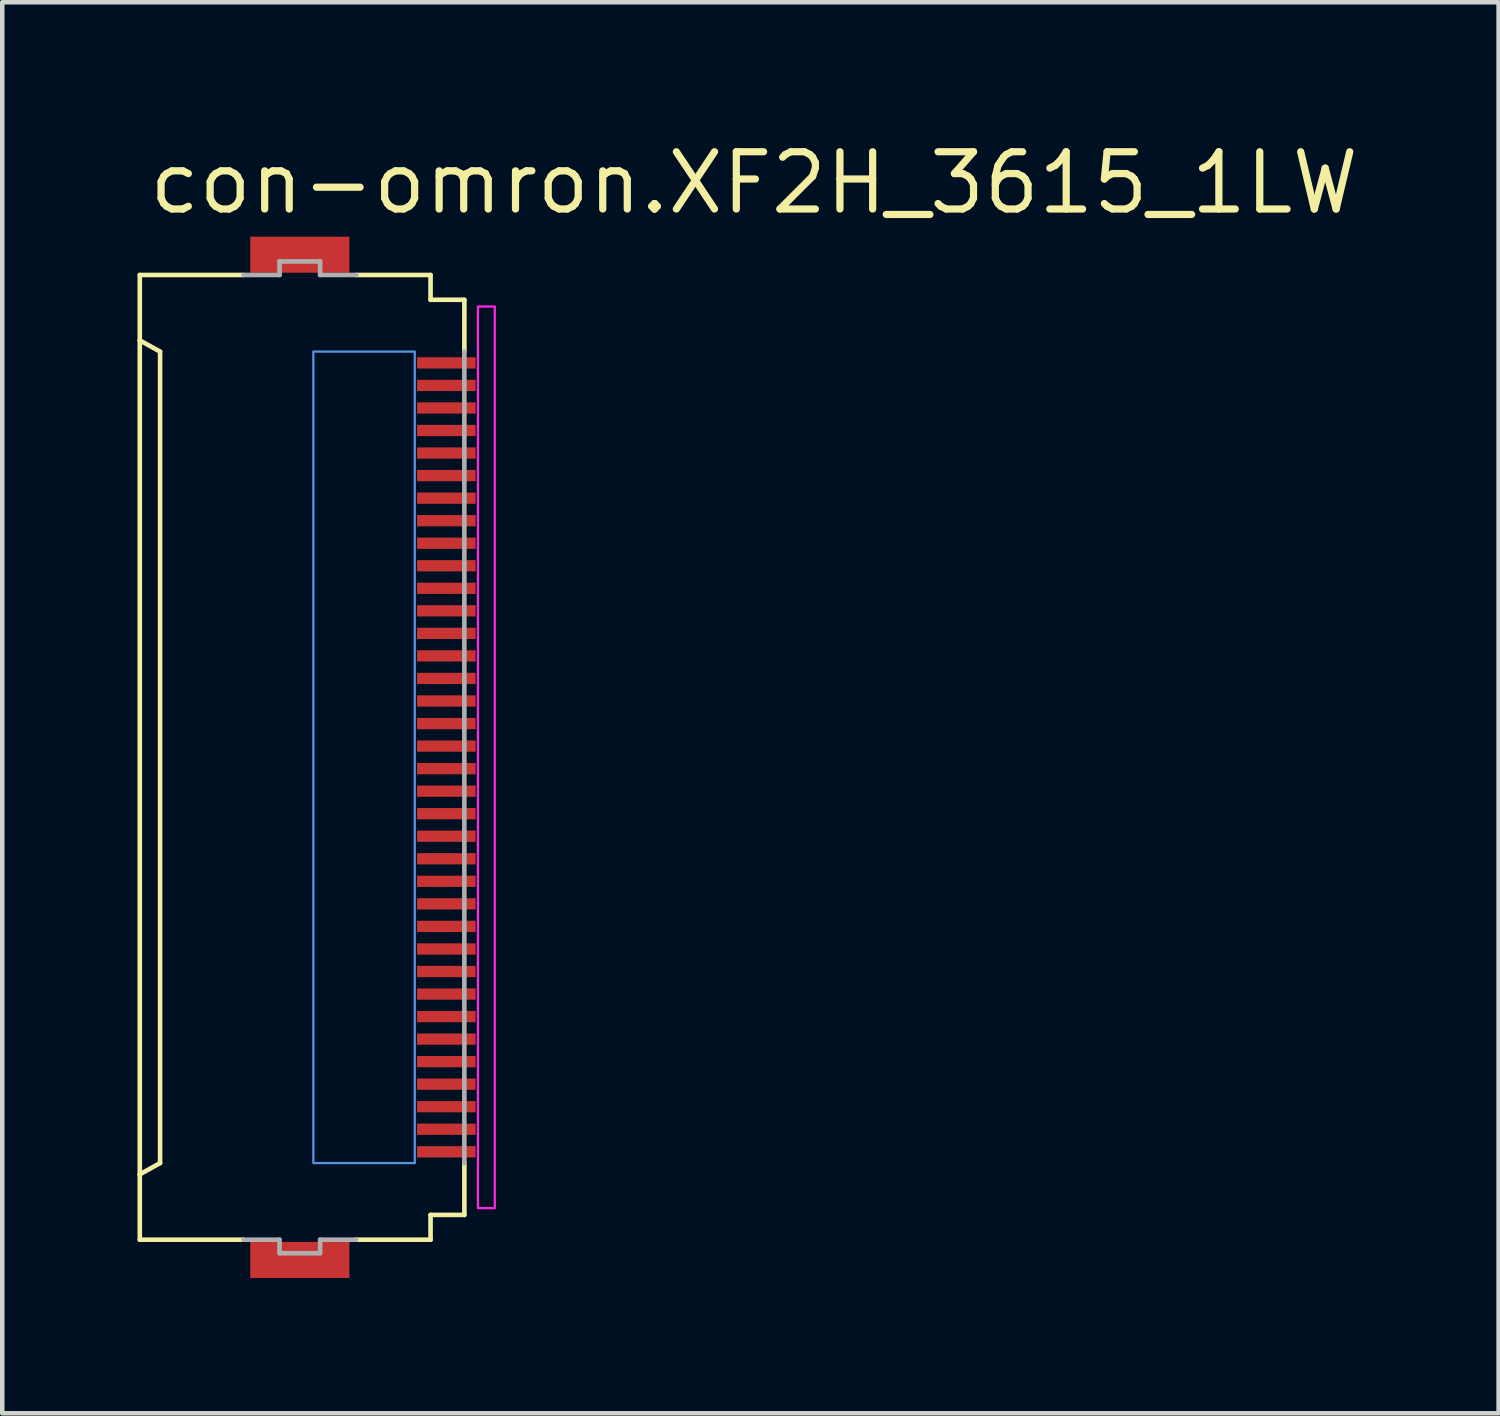
<source format=kicad_pcb>
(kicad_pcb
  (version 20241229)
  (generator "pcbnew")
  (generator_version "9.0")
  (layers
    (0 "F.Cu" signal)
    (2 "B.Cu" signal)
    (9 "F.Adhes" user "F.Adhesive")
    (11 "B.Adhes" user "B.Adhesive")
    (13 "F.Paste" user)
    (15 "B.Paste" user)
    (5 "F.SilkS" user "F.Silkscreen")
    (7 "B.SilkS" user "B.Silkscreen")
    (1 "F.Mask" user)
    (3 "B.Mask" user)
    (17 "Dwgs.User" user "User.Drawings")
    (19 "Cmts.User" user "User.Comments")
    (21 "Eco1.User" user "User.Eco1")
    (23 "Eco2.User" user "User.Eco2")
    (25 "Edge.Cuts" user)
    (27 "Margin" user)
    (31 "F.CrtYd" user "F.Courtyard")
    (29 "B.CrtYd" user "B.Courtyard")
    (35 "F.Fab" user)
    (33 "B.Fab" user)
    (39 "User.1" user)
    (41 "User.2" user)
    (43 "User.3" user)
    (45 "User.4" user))
  (footprint "con-omron.XF2H_3615_1LW"
    (layer "F.Cu")
    (at 3.676 13.75)
    (property "Reference" "con-omron.XF2H_3615_1LW" (at -3.5 -12 0) (layer "F.SilkS") (effects (font (size 1.27 1.27) (thickness 0.16)) (justify left bottom)))
    (attr smd)
    (fp_rect (start 2.475 -8.575) (end 3.875 -8.925) (stroke (width 0.05) (type default)) (fill yes) (layer "F.Mask"))
    (fp_rect (start 2.475 -8.075) (end 3.875 -8.425) (stroke (width 0.05) (type default)) (fill yes) (layer "F.Mask"))
    (fp_rect (start 2.475 -7.575) (end 3.875 -7.925) (stroke (width 0.05) (type default)) (fill yes) (layer "F.Mask"))
    (fp_rect (start 2.475 -7.075) (end 3.875 -7.425) (stroke (width 0.05) (type default)) (fill yes) (layer "F.Mask"))
    (fp_rect (start 2.475 -6.575) (end 3.875 -6.925) (stroke (width 0.05) (type default)) (fill yes) (layer "F.Mask"))
    (fp_rect (start 2.475 -6.075) (end 3.875 -6.425) (stroke (width 0.05) (type default)) (fill yes) (layer "F.Mask"))
    (fp_rect (start 2.475 -5.575) (end 3.875 -5.925) (stroke (width 0.05) (type default)) (fill yes) (layer "F.Mask"))
    (fp_rect (start 2.475 -5.075) (end 3.875 -5.425) (stroke (width 0.05) (type default)) (fill yes) (layer "F.Mask"))
    (fp_rect (start 2.475 -4.575) (end 3.875 -4.925) (stroke (width 0.05) (type default)) (fill yes) (layer "F.Mask"))
    (fp_rect (start 2.475 -4.075) (end 3.875 -4.425) (stroke (width 0.05) (type default)) (fill yes) (layer "F.Mask"))
    (fp_rect (start 2.475 -3.575) (end 3.875 -3.925) (stroke (width 0.05) (type default)) (fill yes) (layer "F.Mask"))
    (fp_rect (start 2.475 -3.075) (end 3.875 -3.425) (stroke (width 0.05) (type default)) (fill yes) (layer "F.Mask"))
    (fp_rect (start 2.475 -2.575) (end 3.875 -2.925) (stroke (width 0.05) (type default)) (fill yes) (layer "F.Mask"))
    (fp_rect (start 2.475 -2.075) (end 3.875 -2.425) (stroke (width 0.05) (type default)) (fill yes) (layer "F.Mask"))
    (fp_rect (start 2.475 -1.575) (end 3.875 -1.925) (stroke (width 0.05) (type default)) (fill yes) (layer "F.Mask"))
    (fp_rect (start 2.475 -1.075) (end 3.875 -1.425) (stroke (width 0.05) (type default)) (fill yes) (layer "F.Mask"))
    (fp_rect (start 2.475 -0.575) (end 3.875 -0.925) (stroke (width 0.05) (type default)) (fill yes) (layer "F.Mask"))
    (fp_rect (start 2.475 -0.075) (end 3.875 -0.425) (stroke (width 0.05) (type default)) (fill yes) (layer "F.Mask"))
    (fp_rect (start 2.475 0.425) (end 3.875 0.075) (stroke (width 0.05) (type default)) (fill yes) (layer "F.Mask"))
    (fp_rect (start 2.475 0.925) (end 3.875 0.575) (stroke (width 0.05) (type default)) (fill yes) (layer "F.Mask"))
    (fp_rect (start 2.475 1.425) (end 3.875 1.075) (stroke (width 0.05) (type default)) (fill yes) (layer "F.Mask"))
    (fp_rect (start 2.475 1.925) (end 3.875 1.575) (stroke (width 0.05) (type default)) (fill yes) (layer "F.Mask"))
    (fp_rect (start 2.475 2.425) (end 3.875 2.075) (stroke (width 0.05) (type default)) (fill yes) (layer "F.Mask"))
    (fp_rect (start 2.475 2.925) (end 3.875 2.575) (stroke (width 0.05) (type default)) (fill yes) (layer "F.Mask"))
    (fp_rect (start 2.475 3.425) (end 3.875 3.075) (stroke (width 0.05) (type default)) (fill yes) (layer "F.Mask"))
    (fp_rect (start 2.475 3.925) (end 3.875 3.575) (stroke (width 0.05) (type default)) (fill yes) (layer "F.Mask"))
    (fp_rect (start 2.475 4.425) (end 3.875 4.075) (stroke (width 0.05) (type default)) (fill yes) (layer "F.Mask"))
    (fp_rect (start 2.475 4.925) (end 3.875 4.575) (stroke (width 0.05) (type default)) (fill yes) (layer "F.Mask"))
    (fp_rect (start 2.475 5.425) (end 3.875 5.075) (stroke (width 0.05) (type default)) (fill yes) (layer "F.Mask"))
    (fp_rect (start 2.475 5.925) (end 3.875 5.575) (stroke (width 0.05) (type default)) (fill yes) (layer "F.Mask"))
    (fp_rect (start 2.475 6.425) (end 3.875 6.075) (stroke (width 0.05) (type default)) (fill yes) (layer "F.Mask"))
    (fp_rect (start 2.475 6.925) (end 3.875 6.575) (stroke (width 0.05) (type default)) (fill yes) (layer "F.Mask"))
    (fp_rect (start 2.475 7.425) (end 3.875 7.075) (stroke (width 0.05) (type default)) (fill yes) (layer "F.Mask"))
    (fp_rect (start 2.475 7.925) (end 3.875 7.575) (stroke (width 0.05) (type default)) (fill yes) (layer "F.Mask"))
    (fp_rect (start 2.475 8.425) (end 3.875 8.075) (stroke (width 0.05) (type default)) (fill yes) (layer "F.Mask"))
    (fp_rect (start 2.475 8.925) (end 3.875 8.575) (stroke (width 0.05) (type default)) (fill yes) (layer "F.Mask"))
    (fp_line (start -3.625 -10.7) (end -1.325 -10.7) (stroke (width 0.102) (type default)) (layer "F.SilkS"))
    (fp_line (start -3.625 -9.25) (end -3.625 -10.7) (stroke (width 0.102) (type default)) (layer "F.SilkS"))
    (fp_line (start -3.625 -9.25) (end -3.625 9.25) (stroke (width 0.102) (type default)) (layer "F.SilkS"))
    (fp_line (start -3.625 9.25) (end -3.175 9) (stroke (width 0.102) (type default)) (layer "F.SilkS"))
    (fp_line (start -3.625 10.7) (end -3.625 9.25) (stroke (width 0.102) (type default)) (layer "F.SilkS"))
    (fp_line (start -3.175 -9) (end -3.625 -9.25) (stroke (width 0.102) (type default)) (layer "F.SilkS"))
    (fp_line (start -3.175 9) (end -3.175 -9) (stroke (width 0.102) (type default)) (layer "F.SilkS"))
    (fp_line (start -1.325 10.7) (end -3.625 10.7) (stroke (width 0.102) (type default)) (layer "F.SilkS"))
    (fp_line (start 1.175 -10.7) (end 2.825 -10.7) (stroke (width 0.102) (type default)) (layer "F.SilkS"))
    (fp_line (start 1.175 10.7) (end 2.825 10.7) (stroke (width 0.102) (type default)) (layer "F.SilkS"))
    (fp_line (start 2.825 -10.7) (end 2.825 -10.15) (stroke (width 0.102) (type default)) (layer "F.SilkS"))
    (fp_line (start 2.825 -10.15) (end 3.575 -10.15) (stroke (width 0.102) (type default)) (layer "F.SilkS"))
    (fp_line (start 2.825 10.15) (end 2.825 10.7) (stroke (width 0.102) (type default)) (layer "F.SilkS"))
    (fp_line (start 2.825 10.15) (end 3.575 10.15) (stroke (width 0.102) (type default)) (layer "F.SilkS"))
    (fp_line (start 3.575 -10.15) (end 3.575 -9) (stroke (width 0.102) (type default)) (layer "F.SilkS"))
    (fp_line (start 3.575 9) (end 3.575 10.15) (stroke (width 0.102) (type default)) (layer "F.SilkS"))
    (fp_rect (start 0.225 9) (end 2.475 -9) (stroke (width 0.05) (type default)) (fill no) (layer "Cmts.User"))
    (fp_rect (start 3.875 10) (end 4.25 -10) (stroke (width 0.05) (type default)) (fill no) (layer "F.CrtYd"))
    (fp_line (start -1.325 -10.7) (end -0.525 -10.7) (stroke (width 0.102) (type default)) (layer "F.Fab"))
    (fp_line (start -0.525 -11) (end 0.375 -11) (stroke (width 0.102) (type default)) (layer "F.Fab"))
    (fp_line (start -0.525 -10.7) (end -0.525 -11) (stroke (width 0.102) (type default)) (layer "F.Fab"))
    (fp_line (start -0.525 10.7) (end -1.325 10.7) (stroke (width 0.102) (type default)) (layer "F.Fab"))
    (fp_line (start -0.525 11) (end -0.525 10.7) (stroke (width 0.102) (type default)) (layer "F.Fab"))
    (fp_line (start 0.375 -11) (end 0.375 -10.7) (stroke (width 0.102) (type default)) (layer "F.Fab"))
    (fp_line (start 0.375 -10.7) (end 1.175 -10.7) (stroke (width 0.102) (type default)) (layer "F.Fab"))
    (fp_line (start 0.375 10.7) (end 0.375 11) (stroke (width 0.102) (type default)) (layer "F.Fab"))
    (fp_line (start 0.375 11) (end -0.525 11) (stroke (width 0.102) (type default)) (layer "F.Fab"))
    (fp_line (start 1.175 10.7) (end 0.375 10.7) (stroke (width 0.102) (type default)) (layer "F.Fab"))
    (fp_line (start 3.575 -9) (end 3.575 9) (stroke (width 0.102) (type default)) (layer "F.Fab"))
    (pad "1" smd roundrect (at 3.175 -8.75) (size 1.3 0.25) (layers "F.Cu" "F.Mask" "F.Paste") (roundrect_rratio 0.01))
    (pad "2" smd roundrect (at 3.175 -8.25) (size 1.3 0.25) (layers "F.Cu" "F.Mask" "F.Paste") (roundrect_rratio 0.01))
    (pad "3" smd roundrect (at 3.175 -7.75) (size 1.3 0.25) (layers "F.Cu" "F.Mask" "F.Paste") (roundrect_rratio 0.01))
    (pad "4" smd roundrect (at 3.175 -7.25) (size 1.3 0.25) (layers "F.Cu" "F.Mask" "F.Paste") (roundrect_rratio 0.01))
    (pad "5" smd roundrect (at 3.175 -6.75) (size 1.3 0.25) (layers "F.Cu" "F.Mask" "F.Paste") (roundrect_rratio 0.01))
    (pad "6" smd roundrect (at 3.175 -6.25) (size 1.3 0.25) (layers "F.Cu" "F.Mask" "F.Paste") (roundrect_rratio 0.01))
    (pad "7" smd roundrect (at 3.175 -5.75) (size 1.3 0.25) (layers "F.Cu" "F.Mask" "F.Paste") (roundrect_rratio 0.01))
    (pad "8" smd roundrect (at 3.175 -5.25) (size 1.3 0.25) (layers "F.Cu" "F.Mask" "F.Paste") (roundrect_rratio 0.01))
    (pad "9" smd roundrect (at 3.175 -4.75) (size 1.3 0.25) (layers "F.Cu" "F.Mask" "F.Paste") (roundrect_rratio 0.01))
    (pad "10" smd roundrect (at 3.175 -4.25) (size 1.3 0.25) (layers "F.Cu" "F.Mask" "F.Paste") (roundrect_rratio 0.01))
    (pad "11" smd roundrect (at 3.175 -3.75) (size 1.3 0.25) (layers "F.Cu" "F.Mask" "F.Paste") (roundrect_rratio 0.01))
    (pad "12" smd roundrect (at 3.175 -3.25) (size 1.3 0.25) (layers "F.Cu" "F.Mask" "F.Paste") (roundrect_rratio 0.01))
    (pad "13" smd roundrect (at 3.175 -2.75) (size 1.3 0.25) (layers "F.Cu" "F.Mask" "F.Paste") (roundrect_rratio 0.01))
    (pad "14" smd roundrect (at 3.175 -2.25) (size 1.3 0.25) (layers "F.Cu" "F.Mask" "F.Paste") (roundrect_rratio 0.01))
    (pad "15" smd roundrect (at 3.175 -1.75) (size 1.3 0.25) (layers "F.Cu" "F.Mask" "F.Paste") (roundrect_rratio 0.01))
    (pad "16" smd roundrect (at 3.175 -1.25) (size 1.3 0.25) (layers "F.Cu" "F.Mask" "F.Paste") (roundrect_rratio 0.01))
    (pad "17" smd roundrect (at 3.175 -0.75) (size 1.3 0.25) (layers "F.Cu" "F.Mask" "F.Paste") (roundrect_rratio 0.01))
    (pad "18" smd roundrect (at 3.175 -0.25) (size 1.3 0.25) (layers "F.Cu" "F.Mask" "F.Paste") (roundrect_rratio 0.01))
    (pad "19" smd roundrect (at 3.175 0.25) (size 1.3 0.25) (layers "F.Cu" "F.Mask" "F.Paste") (roundrect_rratio 0.01))
    (pad "20" smd roundrect (at 3.175 0.75) (size 1.3 0.25) (layers "F.Cu" "F.Mask" "F.Paste") (roundrect_rratio 0.01))
    (pad "21" smd roundrect (at 3.175 1.25) (size 1.3 0.25) (layers "F.Cu" "F.Mask" "F.Paste") (roundrect_rratio 0.01))
    (pad "22" smd roundrect (at 3.175 1.75) (size 1.3 0.25) (layers "F.Cu" "F.Mask" "F.Paste") (roundrect_rratio 0.01))
    (pad "23" smd roundrect (at 3.175 2.25) (size 1.3 0.25) (layers "F.Cu" "F.Mask" "F.Paste") (roundrect_rratio 0.01))
    (pad "24" smd roundrect (at 3.175 2.75) (size 1.3 0.25) (layers "F.Cu" "F.Mask" "F.Paste") (roundrect_rratio 0.01))
    (pad "25" smd roundrect (at 3.175 3.25) (size 1.3 0.25) (layers "F.Cu" "F.Mask" "F.Paste") (roundrect_rratio 0.01))
    (pad "26" smd roundrect (at 3.175 3.75) (size 1.3 0.25) (layers "F.Cu" "F.Mask" "F.Paste") (roundrect_rratio 0.01))
    (pad "27" smd roundrect (at 3.175 4.25) (size 1.3 0.25) (layers "F.Cu" "F.Mask" "F.Paste") (roundrect_rratio 0.01))
    (pad "28" smd roundrect (at 3.175 4.75) (size 1.3 0.25) (layers "F.Cu" "F.Mask" "F.Paste") (roundrect_rratio 0.01))
    (pad "29" smd roundrect (at 3.175 5.25) (size 1.3 0.25) (layers "F.Cu" "F.Mask" "F.Paste") (roundrect_rratio 0.01))
    (pad "30" smd roundrect (at 3.175 5.75) (size 1.3 0.25) (layers "F.Cu" "F.Mask" "F.Paste") (roundrect_rratio 0.01))
    (pad "31" smd roundrect (at 3.175 6.25) (size 1.3 0.25) (layers "F.Cu" "F.Mask" "F.Paste") (roundrect_rratio 0.01))
    (pad "32" smd roundrect (at 3.175 6.75) (size 1.3 0.25) (layers "F.Cu" "F.Mask" "F.Paste") (roundrect_rratio 0.01))
    (pad "33" smd roundrect (at 3.175 7.25) (size 1.3 0.25) (layers "F.Cu" "F.Mask" "F.Paste") (roundrect_rratio 0.01))
    (pad "34" smd roundrect (at 3.175 7.75) (size 1.3 0.25) (layers "F.Cu" "F.Mask" "F.Paste") (roundrect_rratio 0.01))
    (pad "35" smd roundrect (at 3.175 8.25) (size 1.3 0.25) (layers "F.Cu" "F.Mask" "F.Paste") (roundrect_rratio 0.01))
    (pad "36" smd roundrect (at 3.175 8.75) (size 1.3 0.25) (layers "F.Cu" "F.Mask" "F.Paste") (roundrect_rratio 0.01))
    (pad "M1" smd roundrect (at -0.075 -11.15) (size 2.2 0.8) (layers "F.Cu" "F.Mask" "F.Paste") (roundrect_rratio 0.01))
    (pad "M2" smd roundrect (at -0.075 11.15) (size 2.2 0.8) (layers "F.Cu" "F.Mask" "F.Paste") (roundrect_rratio 0.01)))
  (gr_rect
    (start -3 -3)
    (end 30.193 28.3)
    (stroke (width 0.1) (type default))
    (fill no)
    (layer "Edge.Cuts")))
</source>
